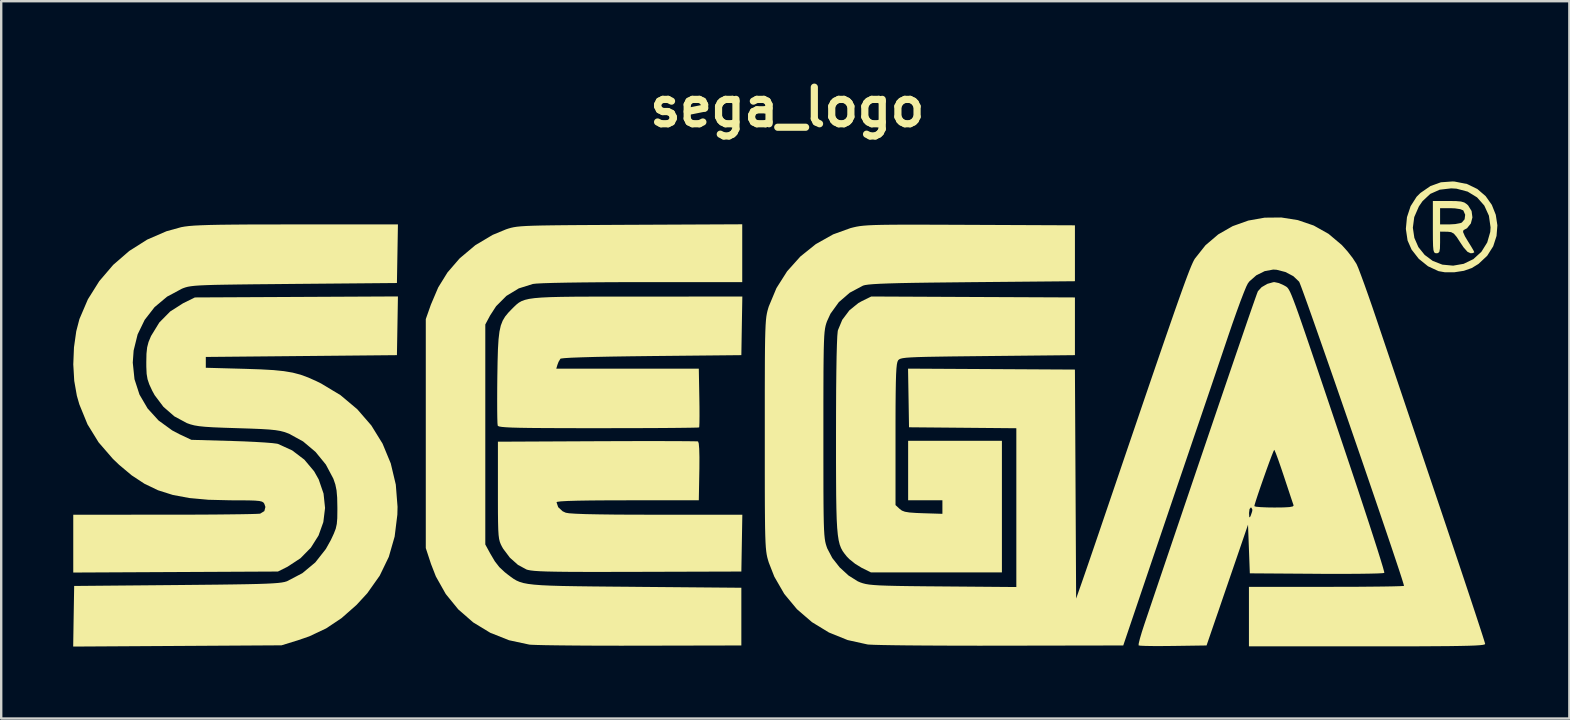
<source format=kicad_pcb>
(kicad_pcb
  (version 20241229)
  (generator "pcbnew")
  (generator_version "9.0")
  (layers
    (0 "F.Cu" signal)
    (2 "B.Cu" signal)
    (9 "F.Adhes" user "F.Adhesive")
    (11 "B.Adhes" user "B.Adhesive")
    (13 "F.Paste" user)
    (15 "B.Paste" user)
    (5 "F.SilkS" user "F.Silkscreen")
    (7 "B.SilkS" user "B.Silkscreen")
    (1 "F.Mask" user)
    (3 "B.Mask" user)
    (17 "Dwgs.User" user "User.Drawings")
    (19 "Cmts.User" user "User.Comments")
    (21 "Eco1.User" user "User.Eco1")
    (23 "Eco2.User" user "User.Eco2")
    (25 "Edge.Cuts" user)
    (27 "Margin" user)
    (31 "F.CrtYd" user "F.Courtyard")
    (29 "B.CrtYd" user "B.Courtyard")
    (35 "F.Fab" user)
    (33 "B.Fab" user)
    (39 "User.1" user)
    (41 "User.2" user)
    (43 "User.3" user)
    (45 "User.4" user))
  (footprint "sega_logo"
    (layer "F.Cu")
    (at 29.762 14.118)
    (property "Reference" "sega_logo" (at 0 -12.7 0) (layer "F.SilkS") (effects (font (size 1.524 1.524) (thickness 0.3))))
    (attr board_only exclude_from_pos_files exclude_from_bom)
    (fp_poly (pts (xy 27.812 -9.601) (xy 28.325 -9.5) (xy 28.757 -9.291) (xy 29.103 -8.994) (xy 29.361 -8.629) (xy 29.525 -8.217) (xy 29.592 -7.779) (xy 29.557 -7.334) (xy 29.418 -6.904) (xy 29.168 -6.509) (xy 28.806 -6.17) (xy 28.524 -5.997) (xy 28.195 -5.882) (xy 27.797 -5.821) (xy 27.403 -5.821) (xy 27.139 -5.868) (xy 26.701 -6.071) (xy 26.316 -6.382) (xy 26.016 -6.766) (xy 25.849 -7.145) (xy 25.778 -7.627) (xy 25.782 -7.677) (xy 26.069 -7.677) (xy 26.132 -7.254) (xy 26.3 -6.87) (xy 26.561 -6.545) (xy 26.898 -6.295) (xy 27.299 -6.139) (xy 27.748 -6.097) (xy 28.186 -6.173) (xy 28.592 -6.369) (xy 28.927 -6.676) (xy 29.169 -7.064) (xy 29.295 -7.502) (xy 29.308 -7.691) (xy 29.239 -8.179) (xy 29.046 -8.602) (xy 28.745 -8.942) (xy 28.353 -9.182) (xy 27.888 -9.305) (xy 27.669 -9.318) (xy 27.189 -9.262) (xy 26.796 -9.088) (xy 26.473 -8.786) (xy 26.321 -8.565) (xy 26.127 -8.12) (xy 26.069 -7.677) (xy 25.782 -7.677) (xy 25.824 -8.117) (xy 25.976 -8.576) (xy 26.225 -8.967) (xy 26.385 -9.127) (xy 26.805 -9.416) (xy 27.238 -9.571) (xy 27.724 -9.606)) (stroke (width 0) (type solid)) (fill yes) (layer "F.SilkS"))
    (fp_poly (pts (xy 27.866 -8.788) (xy 28.075 -8.77) (xy 28.214 -8.729) (xy 28.32 -8.657) (xy 28.372 -8.608) (xy 28.517 -8.374) (xy 28.552 -8.108) (xy 28.486 -7.854) (xy 28.326 -7.655) (xy 28.181 -7.578) (xy 28.16 -7.503) (xy 28.238 -7.323) (xy 28.359 -7.121) (xy 28.497 -6.9) (xy 28.595 -6.732) (xy 28.631 -6.654) (xy 28.568 -6.621) (xy 28.479 -6.613) (xy 28.347 -6.673) (xy 28.181 -6.861) (xy 28.047 -7.061) (xy 27.893 -7.297) (xy 27.777 -7.432) (xy 27.665 -7.493) (xy 27.521 -7.511) (xy 27.485 -7.511) (xy 27.204 -7.515) (xy 27.204 -7.064) (xy 27.198 -6.812) (xy 27.174 -6.676) (xy 27.12 -6.621) (xy 27.053 -6.613) (xy 26.995 -6.621) (xy 26.954 -6.659) (xy 26.927 -6.749) (xy 26.912 -6.916) (xy 26.905 -7.181) (xy 26.903 -7.567) (xy 26.903 -7.703) (xy 26.903 -7.815) (xy 27.204 -7.815) (xy 27.584 -7.815) (xy 27.837 -7.83) (xy 28.045 -7.869) (xy 28.11 -7.893) (xy 28.226 -8.029) (xy 28.25 -8.218) (xy 28.175 -8.392) (xy 28.165 -8.402) (xy 28.045 -8.451) (xy 27.828 -8.484) (xy 27.639 -8.492) (xy 27.204 -8.492) (xy 27.204 -7.815) (xy 26.903 -7.815) (xy 26.903 -8.792) (xy 27.545 -8.792)) (stroke (width 0) (type solid)) (fill yes) (layer "F.SilkS"))
    (fp_poly (pts (xy -5.151 1.215) (xy -4.637 1.216) (xy -4.224 1.219) (xy -3.926 1.222) (xy -3.755 1.226) (xy -3.72 1.23) (xy -3.691 1.315) (xy -3.672 1.539) (xy -3.663 1.89) (xy -3.665 2.354) (xy -3.667 2.47) (xy -3.689 3.682) (xy -6.654 3.682) (xy -7.494 3.684) (xy -8.187 3.689) (xy -8.739 3.698) (xy -9.154 3.71) (xy -9.435 3.726) (xy -9.587 3.746) (xy -9.619 3.762) (xy -9.55 3.968) (xy -9.365 4.139) (xy -9.234 4.2) (xy -9.094 4.223) (xy -8.816 4.242) (xy -8.396 4.258) (xy -7.834 4.269) (xy -7.127 4.278) (xy -6.273 4.282) (xy -5.435 4.283) (xy -1.875 4.283) (xy -1.916 6.651) (xy -6.237 6.664) (xy -7.177 6.666) (xy -7.979 6.667) (xy -8.653 6.666) (xy -9.212 6.663) (xy -9.668 6.657) (xy -10.032 6.649) (xy -10.316 6.638) (xy -10.532 6.624) (xy -10.691 6.606) (xy -10.805 6.585) (xy -10.87 6.566) (xy -11.224 6.375) (xy -11.562 6.074) (xy -11.842 5.702) (xy -11.893 5.613) (xy -11.943 5.513) (xy -11.982 5.412) (xy -12.012 5.289) (xy -12.033 5.127) (xy -12.047 4.904) (xy -12.055 4.602) (xy -12.06 4.201) (xy -12.061 3.682) (xy -12.061 3.269) (xy -12.061 1.24) (xy -7.928 1.22) (xy -7.153 1.217) (xy -6.422 1.215) (xy -5.75 1.214)) (stroke (width 0) (type solid)) (fill yes) (layer "F.SilkS"))
    (fp_poly (pts (xy 7.742 -4.791) (xy 11.986 -4.772) (xy 11.986 -2.367) (xy 8.354 -2.33) (xy 7.521 -2.321) (xy 6.825 -2.313) (xy 6.254 -2.304) (xy 5.795 -2.296) (xy 5.434 -2.286) (xy 5.16 -2.274) (xy 4.959 -2.26) (xy 4.818 -2.242) (xy 4.725 -2.221) (xy 4.667 -2.195) (xy 4.63 -2.165) (xy 4.615 -2.146) (xy 4.588 -2.085) (xy 4.565 -1.977) (xy 4.547 -1.807) (xy 4.533 -1.563) (xy 4.523 -1.231) (xy 4.516 -0.798) (xy 4.511 -0.251) (xy 4.509 0.425) (xy 4.509 0.941) (xy 4.509 3.881) (xy 4.678 4.038) (xy 4.775 4.111) (xy 4.902 4.159) (xy 5.091 4.19) (xy 5.375 4.21) (xy 5.655 4.221) (xy 6.463 4.246) (xy 6.463 3.964) (xy 6.463 3.682) (xy 5.035 3.682) (xy 5.035 1.202) (xy 8.943 1.202) (xy 8.943 6.688) (xy 3.486 6.688) (xy 3.096 6.494) (xy 2.828 6.33) (xy 2.58 6.13) (xy 2.478 6.024) (xy 2.385 5.908) (xy 2.305 5.796) (xy 2.239 5.673) (xy 2.184 5.529) (xy 2.14 5.349) (xy 2.105 5.122) (xy 2.078 4.836) (xy 2.058 4.477) (xy 2.045 4.032) (xy 2.036 3.491) (xy 2.032 2.839) (xy 2.029 2.064) (xy 2.029 1.154) (xy 2.029 0.959) (xy 2.031 -0.042) (xy 2.035 -0.923) (xy 2.043 -1.679) (xy 2.053 -2.306) (xy 2.067 -2.8) (xy 2.082 -3.154) (xy 2.101 -3.364) (xy 2.109 -3.405) (xy 2.29 -3.841) (xy 2.586 -4.234) (xy 2.963 -4.54) (xy 3.097 -4.614) (xy 3.498 -4.811)) (stroke (width 0) (type solid)) (fill yes) (layer "F.SilkS"))
    (fp_poly (pts (xy -1.896 -3.588) (xy -1.916 -2.367) (xy -5.651 -2.33) (xy -6.549 -2.319) (xy -7.338 -2.307) (xy -8.013 -2.293) (xy -8.567 -2.277) (xy -8.994 -2.261) (xy -9.286 -2.243) (xy -9.437 -2.225) (xy -9.456 -2.217) (xy -9.534 -2.088) (xy -9.578 -1.973) (xy -9.629 -1.804) (xy -3.689 -1.804) (xy -3.667 -0.595) (xy -3.661 -0.185) (xy -3.66 0.17) (xy -3.663 0.442) (xy -3.67 0.608) (xy -3.676 0.645) (xy -3.755 0.651) (xy -3.97 0.656) (xy -4.309 0.661) (xy -4.757 0.666) (xy -5.3 0.67) (xy -5.926 0.673) (xy -6.619 0.675) (xy -7.368 0.676) (xy -7.868 0.676) (xy -8.78 0.676) (xy -9.553 0.674) (xy -10.198 0.671) (xy -10.726 0.667) (xy -11.148 0.66) (xy -11.475 0.651) (xy -11.717 0.639) (xy -11.887 0.625) (xy -11.996 0.608) (xy -12.053 0.587) (xy -12.069 0.57) (xy -12.08 0.468) (xy -12.087 0.237) (xy -12.091 -0.101) (xy -12.092 -0.524) (xy -12.09 -1.012) (xy -12.086 -1.441) (xy -12.075 -2.093) (xy -12.06 -2.615) (xy -12.035 -3.027) (xy -11.997 -3.349) (xy -11.941 -3.601) (xy -11.863 -3.803) (xy -11.76 -3.976) (xy -11.626 -4.139) (xy -11.493 -4.277) (xy -11.386 -4.384) (xy -11.289 -4.476) (xy -11.19 -4.554) (xy -11.077 -4.618) (xy -10.938 -4.67) (xy -10.76 -4.712) (xy -10.531 -4.744) (xy -10.24 -4.768) (xy -9.874 -4.785) (xy -9.421 -4.796) (xy -8.869 -4.803) (xy -8.206 -4.806) (xy -7.42 -4.807) (xy -6.499 -4.808) (xy -6.254 -4.808) (xy -1.875 -4.809)) (stroke (width 0) (type solid)) (fill yes) (layer "F.SilkS"))
    (fp_poly (pts (xy -1.879 -5.411) (xy -6.039 -5.411) (xy -6.953 -5.409) (xy -7.791 -5.405) (xy -8.541 -5.398) (xy -9.193 -5.389) (xy -9.736 -5.378) (xy -10.161 -5.365) (xy -10.455 -5.35) (xy -10.603 -5.334) (xy -11.192 -5.149) (xy -11.708 -4.836) (xy -12.136 -4.407) (xy -12.387 -4.02) (xy -12.587 -3.645) (xy -12.587 5.523) (xy -12.382 5.899) (xy -12.19 6.225) (xy -12.003 6.466) (xy -11.776 6.678) (xy -11.643 6.783) (xy -11.518 6.877) (xy -11.404 6.958) (xy -11.287 7.026) (xy -11.156 7.083) (xy -10.999 7.13) (xy -10.802 7.167) (xy -10.555 7.197) (xy -10.243 7.221) (xy -9.856 7.239) (xy -9.38 7.253) (xy -8.804 7.263) (xy -8.115 7.272) (xy -7.301 7.28) (xy -6.349 7.288) (xy -6.312 7.289) (xy -1.916 7.327) (xy -1.916 9.732) (xy -6.125 9.741) (xy -6.92 9.742) (xy -7.682 9.741) (xy -8.394 9.738) (xy -9.041 9.733) (xy -9.608 9.727) (xy -10.08 9.72) (xy -10.442 9.711) (xy -10.677 9.702) (xy -10.752 9.696) (xy -11.598 9.514) (xy -12.381 9.203) (xy -13.09 8.772) (xy -13.712 8.23) (xy -14.235 7.588) (xy -14.647 6.856) (xy -14.85 6.335) (xy -15.067 5.674) (xy -15.067 -3.87) (xy -14.855 -4.471) (xy -14.549 -5.19) (xy -14.164 -5.812) (xy -13.673 -6.381) (xy -13.644 -6.41) (xy -13.002 -6.95) (xy -12.281 -7.379) (xy -11.723 -7.61) (xy -11.62 -7.644) (xy -11.519 -7.673) (xy -11.406 -7.698) (xy -11.27 -7.719) (xy -11.099 -7.736) (xy -10.88 -7.75) (xy -10.602 -7.761) (xy -10.251 -7.77) (xy -9.817 -7.777) (xy -9.286 -7.783) (xy -8.647 -7.788) (xy -7.887 -7.792) (xy -6.994 -7.797) (xy -6.557 -7.799) (xy -1.879 -7.821)) (stroke (width 0) (type solid)) (fill yes) (layer "F.SilkS"))
    (fp_poly (pts (xy -16.27 -2.367) (xy -24.235 -2.292) (xy -24.235 -1.841) (xy -22.582 -1.796) (xy -21.935 -1.774) (xy -21.409 -1.744) (xy -20.978 -1.7) (xy -20.612 -1.638) (xy -20.284 -1.552) (xy -19.966 -1.435) (xy -19.628 -1.284) (xy -19.426 -1.184) (xy -18.621 -0.699) (xy -17.923 -0.113) (xy -17.336 0.564) (xy -16.869 1.32) (xy -16.527 2.145) (xy -16.317 3.027) (xy -16.244 3.955) (xy -16.252 4.28) (xy -16.365 5.194) (xy -16.608 6.039) (xy -16.987 6.823) (xy -17.505 7.555) (xy -17.952 8.041) (xy -18.577 8.592) (xy -19.22 9.021) (xy -19.922 9.352) (xy -20.403 9.518) (xy -21.079 9.726) (xy -25.421 9.752) (xy -29.762 9.778) (xy -29.742 8.515) (xy -29.721 7.252) (xy -25.438 7.214) (xy -24.513 7.205) (xy -23.726 7.197) (xy -23.065 7.188) (xy -22.518 7.179) (xy -22.073 7.169) (xy -21.718 7.157) (xy -21.441 7.143) (xy -21.229 7.127) (xy -21.071 7.108) (xy -20.954 7.086) (xy -20.866 7.06) (xy -20.843 7.051) (xy -20.21 6.719) (xy -19.671 6.27) (xy -19.231 5.71) (xy -19.023 5.336) (xy -18.9 5.073) (xy -18.82 4.866) (xy -18.776 4.668) (xy -18.756 4.429) (xy -18.752 4.102) (xy -18.752 3.983) (xy -18.76 3.575) (xy -18.786 3.27) (xy -18.837 3.021) (xy -18.919 2.783) (xy -18.92 2.78) (xy -19.233 2.191) (xy -19.663 1.665) (xy -20.181 1.229) (xy -20.762 0.91) (xy -20.816 0.889) (xy -20.969 0.834) (xy -21.133 0.792) (xy -21.331 0.759) (xy -21.586 0.733) (xy -21.921 0.712) (xy -22.361 0.694) (xy -22.92 0.676) (xy -23.486 0.658) (xy -23.925 0.64) (xy -24.26 0.619) (xy -24.515 0.593) (xy -24.713 0.56) (xy -24.877 0.517) (xy -25.024 0.465) (xy -25.542 0.186) (xy -26 -0.212) (xy -26.367 -0.699) (xy -26.468 -0.884) (xy -26.59 -1.147) (xy -26.663 -1.363) (xy -26.701 -1.588) (xy -26.714 -1.88) (xy -26.715 -2.065) (xy -26.708 -2.425) (xy -26.68 -2.69) (xy -26.622 -2.914) (xy -26.523 -3.152) (xy -26.515 -3.169) (xy -26.173 -3.727) (xy -25.721 -4.186) (xy -25.185 -4.528) (xy -24.69 -4.772) (xy -20.459 -4.793) (xy -16.228 -4.814)) (stroke (width 0) (type solid)) (fill yes) (layer "F.SilkS"))
    (fp_poly (pts (xy -16.249 -6.594) (xy -16.27 -5.373) (xy -20.553 -5.336) (xy -21.464 -5.327) (xy -22.238 -5.32) (xy -22.887 -5.312) (xy -23.423 -5.304) (xy -23.859 -5.296) (xy -24.207 -5.285) (xy -24.481 -5.273) (xy -24.693 -5.258) (xy -24.855 -5.239) (xy -24.98 -5.218) (xy -25.08 -5.192) (xy -25.169 -5.161) (xy -25.229 -5.137) (xy -25.849 -4.805) (xy -26.371 -4.367) (xy -26.783 -3.837) (xy -27.077 -3.23) (xy -27.243 -2.559) (xy -27.279 -2.056) (xy -27.207 -1.365) (xy -26.999 -0.724) (xy -26.661 -0.146) (xy -26.204 0.356) (xy -25.636 0.769) (xy -25.338 0.926) (xy -24.836 1.162) (xy -23.146 1.21) (xy -22.643 1.227) (xy -22.178 1.249) (xy -21.778 1.273) (xy -21.467 1.298) (xy -21.27 1.323) (xy -21.227 1.333) (xy -20.636 1.602) (xy -20.128 1.988) (xy -19.721 2.473) (xy -19.531 2.81) (xy -19.328 3.402) (xy -19.265 4.002) (xy -19.337 4.59) (xy -19.536 5.148) (xy -19.856 5.656) (xy -20.289 6.097) (xy -20.829 6.451) (xy -20.87 6.472) (xy -21.229 6.651) (xy -25.494 6.672) (xy -29.759 6.693) (xy -29.759 4.283) (xy -25.945 4.282) (xy -25.197 4.281) (xy -24.491 4.279) (xy -23.843 4.275) (xy -23.266 4.269) (xy -22.777 4.263) (xy -22.389 4.256) (xy -22.118 4.248) (xy -21.979 4.24) (xy -21.967 4.237) (xy -21.795 4.132) (xy -21.751 3.96) (xy -21.796 3.827) (xy -21.833 3.775) (xy -21.896 3.737) (xy -22.005 3.711) (xy -22.183 3.695) (xy -22.451 3.686) (xy -22.83 3.683) (xy -23.217 3.682) (xy -24.128 3.66) (xy -24.919 3.588) (xy -25.61 3.459) (xy -26.226 3.264) (xy -26.789 2.994) (xy -27.323 2.643) (xy -27.849 2.202) (xy -28.108 1.954) (xy -28.703 1.267) (xy -29.165 0.517) (xy -29.504 -0.312) (xy -29.609 -0.676) (xy -29.718 -1.294) (xy -29.758 -1.984) (xy -29.729 -2.692) (xy -29.634 -3.364) (xy -29.502 -3.87) (xy -29.149 -4.695) (xy -28.674 -5.452) (xy -28.095 -6.129) (xy -27.424 -6.71) (xy -26.679 -7.182) (xy -25.873 -7.531) (xy -25.258 -7.701) (xy -25.115 -7.726) (xy -24.939 -7.748) (xy -24.716 -7.766) (xy -24.436 -7.78) (xy -24.084 -7.792) (xy -23.65 -7.801) (xy -23.119 -7.807) (xy -22.48 -7.812) (xy -21.72 -7.814) (xy -20.827 -7.815) (xy -20.471 -7.815) (xy -16.228 -7.815)) (stroke (width 0) (type solid)) (fill yes) (layer "F.SilkS"))
    (fp_poly (pts (xy 20.487 -5.371) (xy 20.696 -5.277) (xy 20.711 -5.268) (xy 20.754 -5.244) (xy 20.792 -5.222) (xy 20.829 -5.194) (xy 20.866 -5.152) (xy 20.908 -5.087) (xy 20.958 -4.99) (xy 21.018 -4.852) (xy 21.092 -4.665) (xy 21.184 -4.42) (xy 21.296 -4.109) (xy 21.431 -3.722) (xy 21.593 -3.252) (xy 21.785 -2.689) (xy 22.01 -2.026) (xy 22.271 -1.252) (xy 22.572 -0.361) (xy 22.915 0.658) (xy 23.212 1.541) (xy 23.494 2.381) (xy 23.761 3.18) (xy 24.007 3.926) (xy 24.231 4.607) (xy 24.427 5.213) (xy 24.594 5.732) (xy 24.725 6.152) (xy 24.819 6.463) (xy 24.871 6.651) (xy 24.88 6.708) (xy 24.796 6.72) (xy 24.577 6.731) (xy 24.243 6.739) (xy 23.809 6.745) (xy 23.293 6.748) (xy 22.711 6.749) (xy 22.082 6.746) (xy 22.051 6.745) (xy 19.275 6.726) (xy 19.2 4.697) (xy 18.724 6.087) (xy 18.54 6.622) (xy 18.339 7.207) (xy 18.139 7.789) (xy 17.959 8.316) (xy 17.859 8.604) (xy 17.472 9.732) (xy 16.077 9.752) (xy 15.634 9.756) (xy 15.245 9.756) (xy 14.933 9.751) (xy 14.723 9.742) (xy 14.639 9.729) (xy 14.645 9.646) (xy 14.693 9.45) (xy 14.775 9.171) (xy 14.881 8.845) (xy 15.508 6.99) (xy 16.093 5.264) (xy 16.451 4.208) (xy 19.243 4.208) (xy 19.243 4.227) (xy 19.252 4.377) (xy 19.278 4.392) (xy 19.313 4.321) (xy 19.369 4.156) (xy 19.383 4.077) (xy 19.341 3.99) (xy 19.313 3.983) (xy 19.263 4.048) (xy 19.243 4.208) (xy 16.451 4.208) (xy 16.546 3.926) (xy 19.463 3.926) (xy 19.533 3.949) (xy 19.724 3.967) (xy 20.004 3.979) (xy 20.298 3.983) (xy 20.678 3.979) (xy 20.926 3.965) (xy 21.061 3.939) (xy 21.1 3.9) (xy 21.098 3.889) (xy 21.063 3.788) (xy 20.99 3.571) (xy 20.889 3.266) (xy 20.767 2.899) (xy 20.697 2.687) (xy 20.569 2.307) (xy 20.456 1.983) (xy 20.366 1.74) (xy 20.307 1.601) (xy 20.292 1.579) (xy 20.258 1.645) (xy 20.186 1.826) (xy 20.086 2.092) (xy 19.969 2.414) (xy 19.845 2.764) (xy 19.723 3.113) (xy 19.614 3.433) (xy 19.528 3.695) (xy 19.475 3.871) (xy 19.463 3.926) (xy 16.546 3.926) (xy 16.634 3.668) (xy 17.131 2.202) (xy 17.584 0.868) (xy 17.992 -0.333) (xy 18.356 -1.4) (xy 18.674 -2.332) (xy 18.947 -3.128) (xy 19.173 -3.788) (xy 19.353 -4.308) (xy 19.487 -4.69) (xy 19.573 -4.931) (xy 19.612 -5.031) (xy 19.612 -5.032) (xy 19.767 -5.2) (xy 20.004 -5.338) (xy 20.255 -5.408) (xy 20.305 -5.41)) (stroke (width 0) (type solid)) (fill yes) (layer "F.SilkS"))
    (fp_poly (pts (xy 21.276 -7.995) (xy 21.938 -7.769) (xy 22.555 -7.423) (xy 23.108 -6.957) (xy 23.345 -6.693) (xy 23.56 -6.416) (xy 23.714 -6.179) (xy 23.732 -6.144) (xy 23.802 -5.98) (xy 23.91 -5.695) (xy 24.05 -5.314) (xy 24.212 -4.858) (xy 24.389 -4.35) (xy 24.57 -3.817) (xy 24.703 -3.422) (xy 24.879 -2.901) (xy 25.092 -2.27) (xy 25.336 -1.545) (xy 25.607 -0.742) (xy 25.898 0.122) (xy 26.205 1.032) (xy 26.521 1.971) (xy 26.842 2.923) (xy 27.159 3.863) (xy 27.459 4.753) (xy 27.744 5.603) (xy 28.012 6.402) (xy 28.258 7.139) (xy 28.479 7.804) (xy 28.671 8.384) (xy 28.83 8.87) (xy 28.954 9.251) (xy 29.038 9.515) (xy 29.079 9.652) (xy 29.082 9.668) (xy 29.061 9.689) (xy 28.991 9.706) (xy 28.862 9.721) (xy 28.665 9.734) (xy 28.39 9.744) (xy 28.026 9.752) (xy 27.565 9.759) (xy 26.996 9.763) (xy 26.31 9.767) (xy 25.496 9.768) (xy 24.546 9.769) (xy 24.16 9.769) (xy 19.238 9.769) (xy 19.238 7.289) (xy 22.469 7.289) (xy 23.15 7.288) (xy 23.782 7.286) (xy 24.349 7.281) (xy 24.838 7.276) (xy 25.231 7.269) (xy 25.514 7.261) (xy 25.672 7.253) (xy 25.701 7.247) (xy 25.676 7.154) (xy 25.607 6.931) (xy 25.497 6.592) (xy 25.349 6.148) (xy 25.17 5.613) (xy 24.962 4.998) (xy 24.731 4.317) (xy 24.48 3.581) (xy 24.214 2.804) (xy 23.938 1.998) (xy 23.654 1.175) (xy 23.369 0.349) (xy 23.086 -0.47) (xy 22.81 -1.267) (xy 22.544 -2.03) (xy 22.293 -2.748) (xy 22.062 -3.407) (xy 21.855 -3.995) (xy 21.676 -4.499) (xy 21.529 -4.907) (xy 21.419 -5.206) (xy 21.35 -5.384) (xy 21.329 -5.429) (xy 21.089 -5.658) (xy 20.757 -5.832) (xy 20.391 -5.925) (xy 20.252 -5.934) (xy 19.897 -5.869) (xy 19.546 -5.695) (xy 19.258 -5.442) (xy 19.192 -5.354) (xy 19.125 -5.22) (xy 19.02 -4.964) (xy 18.883 -4.608) (xy 18.724 -4.172) (xy 18.549 -3.677) (xy 18.367 -3.145) (xy 18.352 -3.1) (xy 18.133 -2.451) (xy 17.89 -1.732) (xy 17.639 -0.99) (xy 17.395 -0.273) (xy 17.175 0.374) (xy 17.072 0.676) (xy 16.922 1.115) (xy 16.733 1.672) (xy 16.511 2.325) (xy 16.264 3.049) (xy 16.002 3.822) (xy 15.731 4.621) (xy 15.46 5.421) (xy 15.234 6.087) (xy 14 9.732) (xy 8.897 9.741) (xy 8.022 9.742) (xy 7.18 9.741) (xy 6.387 9.738) (xy 5.655 9.734) (xy 4.999 9.729) (xy 4.431 9.722) (xy 3.966 9.714) (xy 3.617 9.705) (xy 3.399 9.695) (xy 3.344 9.69) (xy 2.511 9.506) (xy 1.733 9.191) (xy 1.025 8.759) (xy 0.4 8.219) (xy -0.127 7.584) (xy -0.542 6.865) (xy -0.773 6.275) (xy -0.806 6.166) (xy -0.835 6.061) (xy -0.859 5.945) (xy -0.879 5.809) (xy -0.896 5.639) (xy -0.909 5.424) (xy -0.919 5.152) (xy -0.927 4.809) (xy -0.932 4.386) (xy -0.936 3.868) (xy -0.938 3.245) (xy -0.939 2.505) (xy -0.939 1.634) (xy -0.939 0.939) (xy -0.939 -0.029) (xy -0.939 -0.86) (xy -0.937 -1.564) (xy -0.935 -2.155) (xy -0.931 -2.643) (xy -0.925 -3.041) (xy -0.916 -3.361) (xy -0.905 -3.615) (xy -0.891 -3.816) (xy -0.874 -3.974) (xy -0.852 -4.103) (xy -0.827 -4.214) (xy -0.797 -4.319) (xy -0.773 -4.396) (xy -0.453 -5.162) (xy -0.009 -5.861) (xy 0.544 -6.478) (xy 1.189 -6.996) (xy 1.911 -7.401) (xy 2.634 -7.662) (xy 2.76 -7.694) (xy 2.885 -7.722) (xy 3.022 -7.745) (xy 3.184 -7.763) (xy 3.383 -7.778) (xy 3.633 -7.789) (xy 3.947 -7.797) (xy 4.337 -7.802) (xy 4.817 -7.805) (xy 5.399 -7.805) (xy 6.097 -7.803) (xy 6.922 -7.8) (xy 7.597 -7.797) (xy 11.986 -7.778) (xy 11.986 -5.448) (xy 7.703 -5.409) (xy 6.749 -5.399) (xy 5.935 -5.39) (xy 5.25 -5.38) (xy 4.682 -5.369) (xy 4.222 -5.356) (xy 3.859 -5.342) (xy 3.581 -5.326) (xy 3.378 -5.308) (xy 3.24 -5.288) (xy 3.156 -5.265) (xy 2.604 -4.971) (xy 2.146 -4.575) (xy 1.798 -4.093) (xy 1.654 -3.779) (xy 1.622 -3.688) (xy 1.595 -3.592) (xy 1.572 -3.478) (xy 1.553 -3.334) (xy 1.538 -3.147) (xy 1.527 -2.904) (xy 1.518 -2.593) (xy 1.512 -2.201) (xy 1.507 -1.717) (xy 1.505 -1.126) (xy 1.503 -0.418) (xy 1.503 0.422) (xy 1.503 0.939) (xy 1.503 1.854) (xy 1.504 2.63) (xy 1.505 3.282) (xy 1.508 3.821) (xy 1.513 4.261) (xy 1.52 4.613) (xy 1.53 4.891) (xy 1.543 5.107) (xy 1.56 5.274) (xy 1.58 5.404) (xy 1.605 5.51) (xy 1.635 5.605) (xy 1.665 5.689) (xy 1.875 6.089) (xy 2.182 6.478) (xy 2.549 6.815) (xy 2.933 7.057) (xy 3.043 7.105) (xy 3.148 7.14) (xy 3.266 7.17) (xy 3.413 7.194) (xy 3.604 7.213) (xy 3.854 7.229) (xy 4.179 7.241) (xy 4.594 7.251) (xy 5.114 7.259) (xy 5.755 7.266) (xy 6.482 7.272) (xy 9.544 7.297) (xy 9.544 0.679) (xy 7.308 0.659) (xy 5.072 0.639) (xy 5.052 -0.583) (xy 5.031 -1.805) (xy 11.986 -1.766) (xy 12.011 3.006) (xy 12.036 7.778) (xy 12.248 7.177) (xy 12.328 6.947) (xy 12.448 6.601) (xy 12.599 6.161) (xy 12.773 5.654) (xy 12.961 5.104) (xy 13.154 4.536) (xy 13.176 4.471) (xy 13.668 3.026) (xy 14.113 1.716) (xy 14.516 0.535) (xy 14.877 -0.525) (xy 15.2 -1.469) (xy 15.487 -2.305) (xy 15.74 -3.04) (xy 15.962 -3.68) (xy 16.154 -4.232) (xy 16.32 -4.703) (xy 16.462 -5.1) (xy 16.582 -5.43) (xy 16.683 -5.7) (xy 16.766 -5.915) (xy 16.835 -6.084) (xy 16.892 -6.213) (xy 16.938 -6.309) (xy 16.978 -6.378) (xy 16.983 -6.387) (xy 17.427 -6.947) (xy 17.958 -7.399) (xy 18.559 -7.743) (xy 19.211 -7.976) (xy 19.893 -8.097) (xy 20.588 -8.104)) (stroke (width 0) (type solid)) (fill yes) (layer "F.SilkS")))
  (gr_rect
    (start -3 -3)
    (end 62.354 26.896)
    (stroke (width 0.1) (type default))
    (fill no)
    (layer "Edge.Cuts")))
</source>
